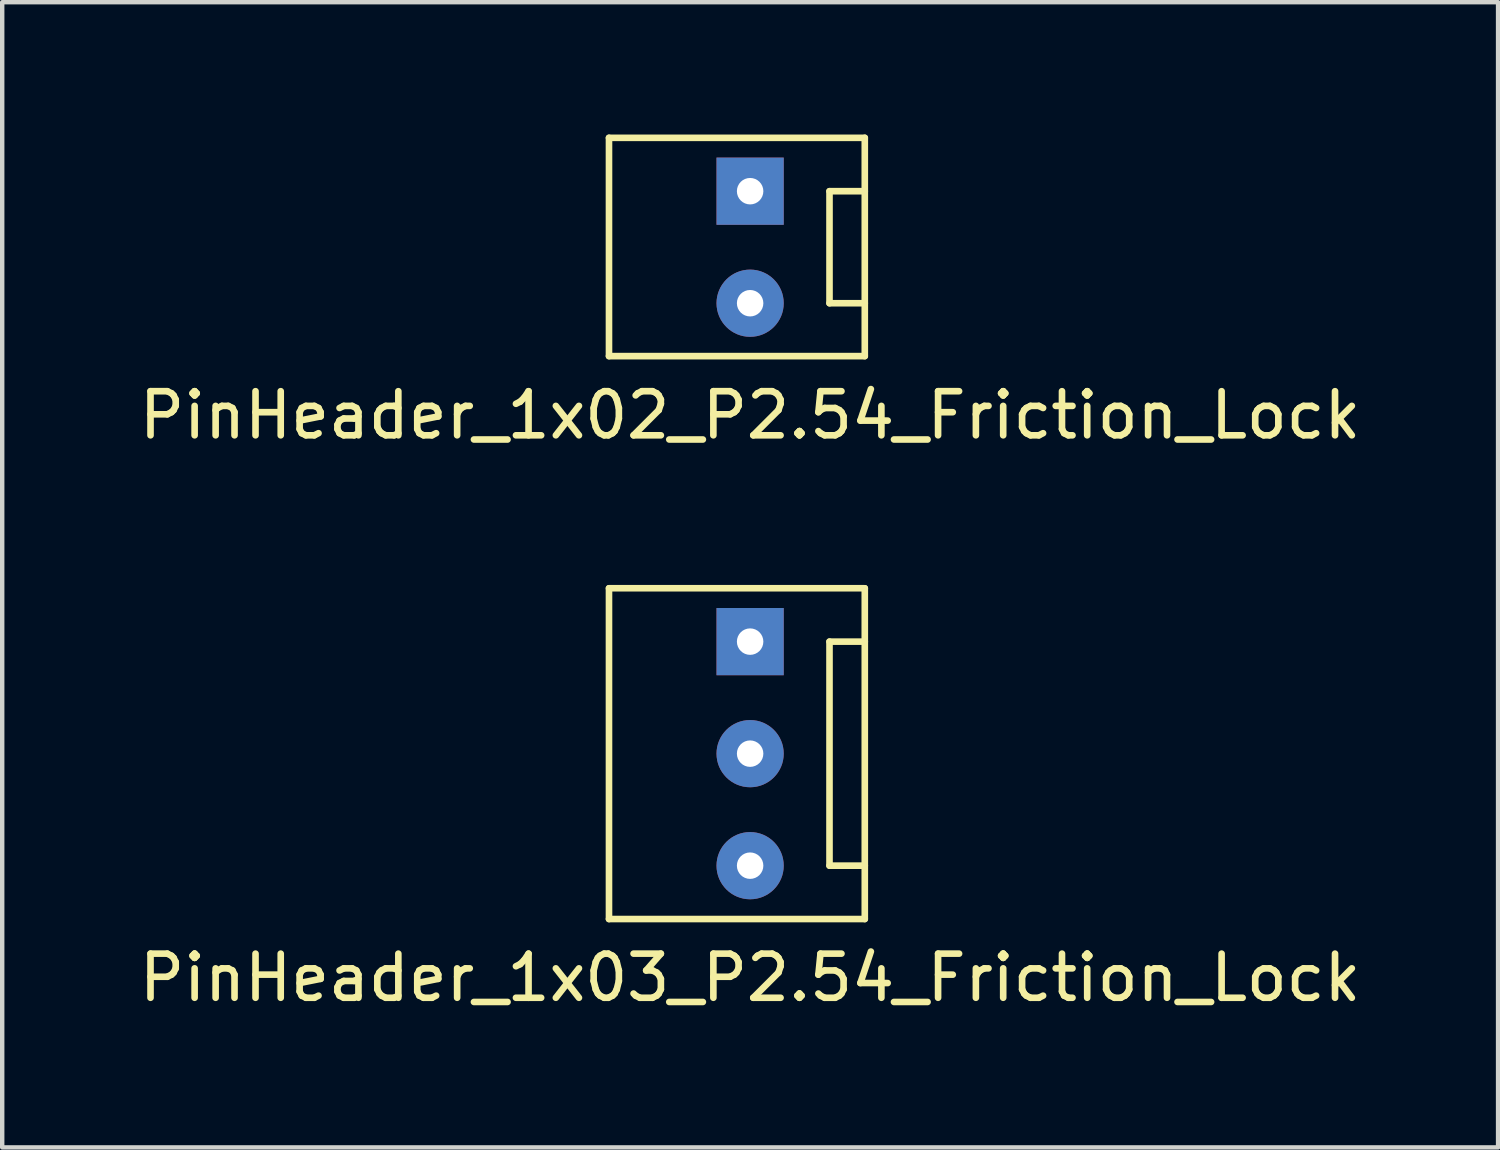
<source format=kicad_pcb>
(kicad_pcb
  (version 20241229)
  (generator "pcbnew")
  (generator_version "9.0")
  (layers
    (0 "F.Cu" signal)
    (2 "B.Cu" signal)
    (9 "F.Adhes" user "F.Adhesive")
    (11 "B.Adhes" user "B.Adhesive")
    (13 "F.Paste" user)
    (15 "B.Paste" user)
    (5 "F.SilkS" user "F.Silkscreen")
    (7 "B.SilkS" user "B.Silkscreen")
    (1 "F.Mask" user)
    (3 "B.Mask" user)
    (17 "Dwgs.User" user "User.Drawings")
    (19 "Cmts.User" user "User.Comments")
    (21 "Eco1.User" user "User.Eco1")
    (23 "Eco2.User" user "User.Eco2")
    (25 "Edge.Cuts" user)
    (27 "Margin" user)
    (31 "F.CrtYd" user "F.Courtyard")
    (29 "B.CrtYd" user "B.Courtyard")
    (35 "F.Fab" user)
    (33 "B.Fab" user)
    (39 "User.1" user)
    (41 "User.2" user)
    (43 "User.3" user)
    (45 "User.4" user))
  (footprint "PinHeader_1x03_P2.54_Friction_Lock"
    (layer "F.Cu")
    (at 13.958 14.038)
    (property "Reference" "PinHeader_1x03_P2.54_Friction_Lock" (at 0 5.08 0) (layer "F.SilkS") (effects (font (size 1 1) (thickness 0.15))))
    (attr through_hole)
    (fp_line (start -3.2 -3.75) (end -3.2 3.75) (stroke (width 0.15) (type solid)) (layer "F.SilkS"))
    (fp_line (start -3.2 -3.75) (end 2.6 -3.75) (stroke (width 0.15) (type solid)) (layer "F.SilkS"))
    (fp_line (start -3.2 3.75) (end 2.6 3.75) (stroke (width 0.15) (type solid)) (layer "F.SilkS"))
    (fp_line (start 1.8 -2.54) (end 1.8 2.54) (stroke (width 0.15) (type solid)) (layer "F.SilkS"))
    (fp_line (start 1.8 -2.54) (end 2.6 -2.54) (stroke (width 0.15) (type solid)) (layer "F.SilkS"))
    (fp_line (start 1.8 2.54) (end 2.6 2.54) (stroke (width 0.15) (type solid)) (layer "F.SilkS"))
    (fp_line (start 2.6 3.75) (end 2.6 -3.75) (stroke (width 0.15) (type solid)) (layer "F.SilkS"))
    (pad "1" thru_hole rect (at 0 -2.54) (size 1.524 1.524) (drill 0.6) (layers "*.Cu" "*.Mask"))
    (pad "2" thru_hole circle (at 0 0) (size 1.524 1.524) (drill 0.6) (layers "*.Cu" "*.Mask"))
    (pad "3" thru_hole circle (at 0 2.54) (size 1.524 1.524) (drill 0.6) (layers "*.Cu" "*.Mask")))
  (footprint "PinHeader_1x02_P2.54_Friction_Lock"
    (layer "F.Cu")
    (at 13.958 3.825)
    (property "Reference" "PinHeader_1x02_P2.54_Friction_Lock" (at 0 2.54 0) (layer "F.SilkS") (effects (font (size 1 1) (thickness 0.15))))
    (attr through_hole)
    (fp_line (start -3.2 -3.75) (end -3.2 1.2) (stroke (width 0.15) (type solid)) (layer "F.SilkS"))
    (fp_line (start -3.2 -3.75) (end 2.6 -3.75) (stroke (width 0.15) (type solid)) (layer "F.SilkS"))
    (fp_line (start -3.2 1.2) (end 2.6 1.2) (stroke (width 0.15) (type solid)) (layer "F.SilkS"))
    (fp_line (start 1.8 -2.54) (end 1.8 0) (stroke (width 0.15) (type solid)) (layer "F.SilkS"))
    (fp_line (start 1.8 -2.54) (end 2.6 -2.54) (stroke (width 0.15) (type solid)) (layer "F.SilkS"))
    (fp_line (start 1.8 0) (end 2.6 0) (stroke (width 0.15) (type solid)) (layer "F.SilkS"))
    (fp_line (start 2.6 1.2) (end 2.6 -3.75) (stroke (width 0.15) (type solid)) (layer "F.SilkS"))
    (pad "1" thru_hole rect (at 0 -2.54) (size 1.524 1.524) (drill 0.6) (layers "*.Cu" "*.Mask"))
    (pad "2" thru_hole circle (at 0 0) (size 1.524 1.524) (drill 0.6) (layers "*.Cu" "*.Mask")))
  (gr_rect
    (start -3 -3)
    (end 30.917 22.966)
    (stroke (width 0.1) (type default))
    (fill no)
    (layer "Edge.Cuts")))
</source>
